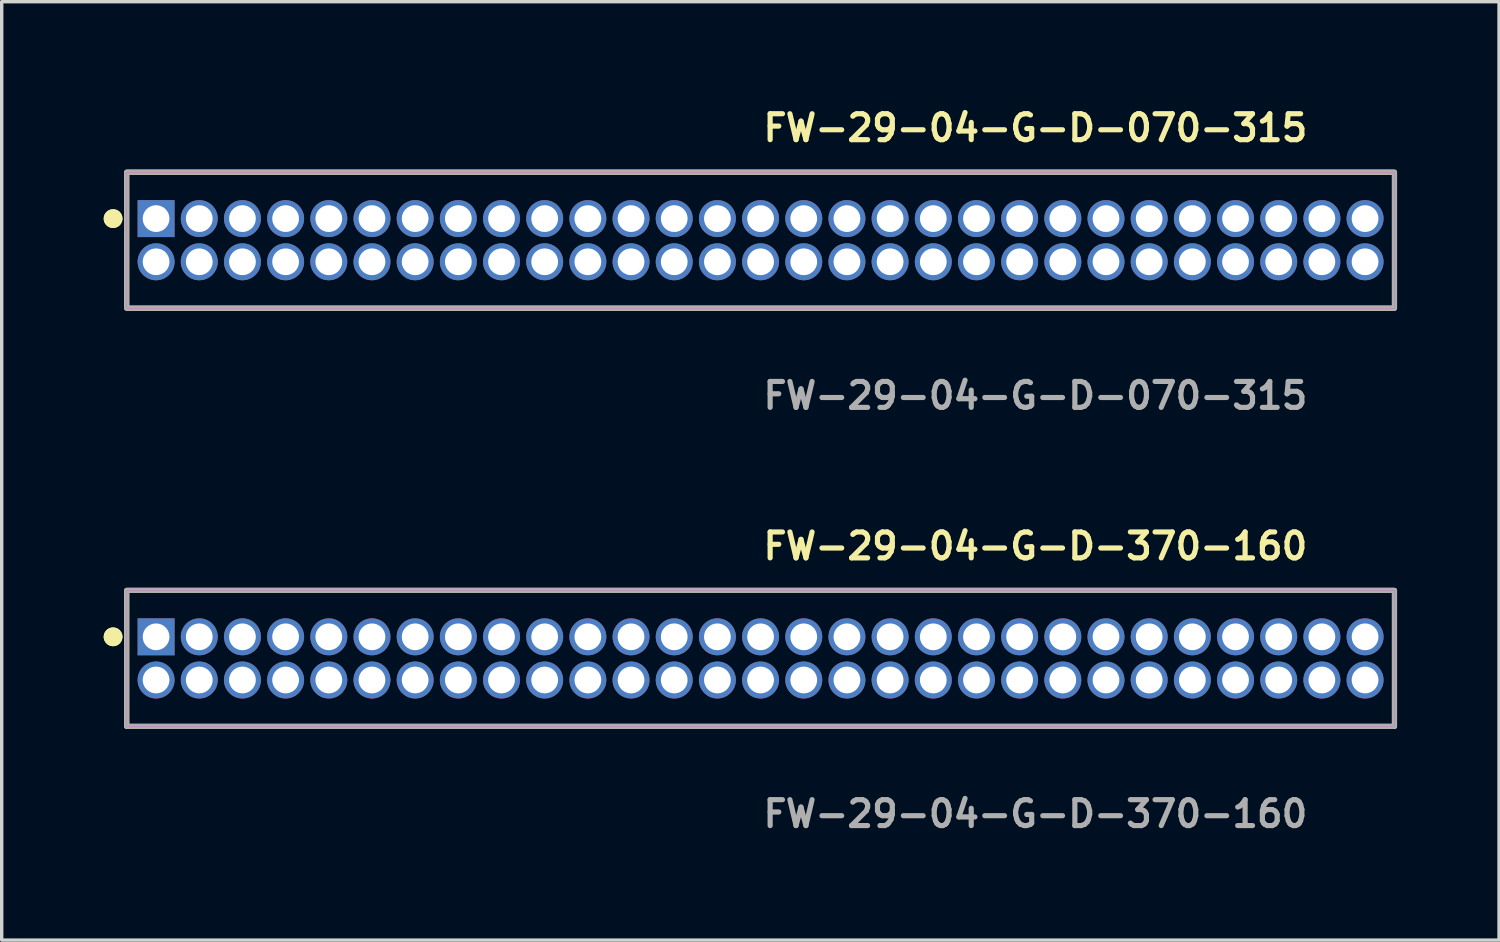
<source format=kicad_pcb>
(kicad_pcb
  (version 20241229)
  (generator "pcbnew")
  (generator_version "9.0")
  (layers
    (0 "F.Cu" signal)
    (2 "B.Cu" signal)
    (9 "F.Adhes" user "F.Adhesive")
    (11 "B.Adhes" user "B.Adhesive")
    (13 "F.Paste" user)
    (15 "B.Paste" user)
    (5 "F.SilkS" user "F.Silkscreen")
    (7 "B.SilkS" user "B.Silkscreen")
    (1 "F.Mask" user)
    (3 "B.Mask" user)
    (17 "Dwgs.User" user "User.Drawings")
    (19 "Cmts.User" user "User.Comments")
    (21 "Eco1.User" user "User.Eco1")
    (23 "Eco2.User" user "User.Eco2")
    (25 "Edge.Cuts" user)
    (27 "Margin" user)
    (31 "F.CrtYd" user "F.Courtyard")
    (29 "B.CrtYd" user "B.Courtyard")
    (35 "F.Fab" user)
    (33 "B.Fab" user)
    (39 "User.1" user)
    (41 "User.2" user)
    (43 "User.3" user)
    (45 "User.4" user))
  (footprint "FW-29-04-G-D-070-315"
    (layer "F.Cu")
    (at 19.321 4.015)
    (property "Reference" "FW-29-04-G-D-070-315" (at 0 -3.302 0) (unlocked yes) (layer "F.SilkS") (effects (font (size 0.762 0.762) (thickness 0.152)) (justify left)))
    (fp_rect (start -18.645 2) (end 18.645 -2) (stroke (width 0.152) (type solid)) (fill no) (layer "F.SilkS"))
    (fp_circle (center -19.045 -0.635) (end -19.245 -0.635) (stroke (width 0.152) (type solid)) (fill yes) (layer "F.SilkS"))
    (fp_circle (center -19.045 -0.635) (end -19.245 -0.635) (stroke (width 0.152) (type solid)) (fill yes) (layer "F.SilkS"))
    (fp_rect (start -18.645 2) (end 18.645 -2) (stroke (width 0.006) (type solid)) (fill no) (layer "F.CrtYd"))
    (fp_rect (start -18.645 2) (end 18.645 -2) (stroke (width 0.152) (type solid)) (fill no) (layer "F.Fab"))
    (fp_text user "${REFERENCE}" (at 0 4.572 0) (unlocked yes) (layer "F.Fab") (effects (font (size 0.762 0.762) (thickness 0.152)) (justify left)))
    (pad "1" thru_hole rect (at -17.78 -0.635) (size 1.087 1.087) (drill 0.787) (layers "*.Cu" "*.Mask"))
    (pad "2" thru_hole circle (at -17.78 0.635) (size 1.087 1.087) (drill 0.787) (layers "*.Cu" "*.Mask"))
    (pad "3" thru_hole circle (at -16.51 -0.635) (size 1.087 1.087) (drill 0.787) (layers "*.Cu" "*.Mask"))
    (pad "4" thru_hole circle (at -16.51 0.635) (size 1.087 1.087) (drill 0.787) (layers "*.Cu" "*.Mask"))
    (pad "5" thru_hole circle (at -15.24 -0.635) (size 1.087 1.087) (drill 0.787) (layers "*.Cu" "*.Mask"))
    (pad "6" thru_hole circle (at -15.24 0.635) (size 1.087 1.087) (drill 0.787) (layers "*.Cu" "*.Mask"))
    (pad "7" thru_hole circle (at -13.97 -0.635) (size 1.087 1.087) (drill 0.787) (layers "*.Cu" "*.Mask"))
    (pad "8" thru_hole circle (at -13.97 0.635) (size 1.087 1.087) (drill 0.787) (layers "*.Cu" "*.Mask"))
    (pad "9" thru_hole circle (at -12.7 -0.635) (size 1.087 1.087) (drill 0.787) (layers "*.Cu" "*.Mask"))
    (pad "10" thru_hole circle (at -12.7 0.635) (size 1.087 1.087) (drill 0.787) (layers "*.Cu" "*.Mask"))
    (pad "11" thru_hole circle (at -11.43 -0.635) (size 1.087 1.087) (drill 0.787) (layers "*.Cu" "*.Mask"))
    (pad "12" thru_hole circle (at -11.43 0.635) (size 1.087 1.087) (drill 0.787) (layers "*.Cu" "*.Mask"))
    (pad "13" thru_hole circle (at -10.16 -0.635) (size 1.087 1.087) (drill 0.787) (layers "*.Cu" "*.Mask"))
    (pad "14" thru_hole circle (at -10.16 0.635) (size 1.087 1.087) (drill 0.787) (layers "*.Cu" "*.Mask"))
    (pad "15" thru_hole circle (at -8.89 -0.635) (size 1.087 1.087) (drill 0.787) (layers "*.Cu" "*.Mask"))
    (pad "16" thru_hole circle (at -8.89 0.635) (size 1.087 1.087) (drill 0.787) (layers "*.Cu" "*.Mask"))
    (pad "17" thru_hole circle (at -7.62 -0.635) (size 1.087 1.087) (drill 0.787) (layers "*.Cu" "*.Mask"))
    (pad "18" thru_hole circle (at -7.62 0.635) (size 1.087 1.087) (drill 0.787) (layers "*.Cu" "*.Mask"))
    (pad "19" thru_hole circle (at -6.35 -0.635) (size 1.087 1.087) (drill 0.787) (layers "*.Cu" "*.Mask"))
    (pad "20" thru_hole circle (at -6.35 0.635) (size 1.087 1.087) (drill 0.787) (layers "*.Cu" "*.Mask"))
    (pad "21" thru_hole circle (at -5.08 -0.635) (size 1.087 1.087) (drill 0.787) (layers "*.Cu" "*.Mask"))
    (pad "22" thru_hole circle (at -5.08 0.635) (size 1.087 1.087) (drill 0.787) (layers "*.Cu" "*.Mask"))
    (pad "23" thru_hole circle (at -3.81 -0.635) (size 1.087 1.087) (drill 0.787) (layers "*.Cu" "*.Mask"))
    (pad "24" thru_hole circle (at -3.81 0.635) (size 1.087 1.087) (drill 0.787) (layers "*.Cu" "*.Mask"))
    (pad "25" thru_hole circle (at -2.54 -0.635) (size 1.087 1.087) (drill 0.787) (layers "*.Cu" "*.Mask"))
    (pad "26" thru_hole circle (at -2.54 0.635) (size 1.087 1.087) (drill 0.787) (layers "*.Cu" "*.Mask"))
    (pad "27" thru_hole circle (at -1.27 -0.635) (size 1.087 1.087) (drill 0.787) (layers "*.Cu" "*.Mask"))
    (pad "28" thru_hole circle (at -1.27 0.635) (size 1.087 1.087) (drill 0.787) (layers "*.Cu" "*.Mask"))
    (pad "29" thru_hole circle (at 0 -0.635) (size 1.087 1.087) (drill 0.787) (layers "*.Cu" "*.Mask"))
    (pad "30" thru_hole circle (at 0 0.635) (size 1.087 1.087) (drill 0.787) (layers "*.Cu" "*.Mask"))
    (pad "31" thru_hole circle (at 1.27 -0.635) (size 1.087 1.087) (drill 0.787) (layers "*.Cu" "*.Mask"))
    (pad "32" thru_hole circle (at 1.27 0.635) (size 1.087 1.087) (drill 0.787) (layers "*.Cu" "*.Mask"))
    (pad "33" thru_hole circle (at 2.54 -0.635) (size 1.087 1.087) (drill 0.787) (layers "*.Cu" "*.Mask"))
    (pad "34" thru_hole circle (at 2.54 0.635) (size 1.087 1.087) (drill 0.787) (layers "*.Cu" "*.Mask"))
    (pad "35" thru_hole circle (at 3.81 -0.635) (size 1.087 1.087) (drill 0.787) (layers "*.Cu" "*.Mask"))
    (pad "36" thru_hole circle (at 3.81 0.635) (size 1.087 1.087) (drill 0.787) (layers "*.Cu" "*.Mask"))
    (pad "37" thru_hole circle (at 5.08 -0.635) (size 1.087 1.087) (drill 0.787) (layers "*.Cu" "*.Mask"))
    (pad "38" thru_hole circle (at 5.08 0.635) (size 1.087 1.087) (drill 0.787) (layers "*.Cu" "*.Mask"))
    (pad "39" thru_hole circle (at 6.35 -0.635) (size 1.087 1.087) (drill 0.787) (layers "*.Cu" "*.Mask"))
    (pad "40" thru_hole circle (at 6.35 0.635) (size 1.087 1.087) (drill 0.787) (layers "*.Cu" "*.Mask"))
    (pad "41" thru_hole circle (at 7.62 -0.635) (size 1.087 1.087) (drill 0.787) (layers "*.Cu" "*.Mask"))
    (pad "42" thru_hole circle (at 7.62 0.635) (size 1.087 1.087) (drill 0.787) (layers "*.Cu" "*.Mask"))
    (pad "43" thru_hole circle (at 8.89 -0.635) (size 1.087 1.087) (drill 0.787) (layers "*.Cu" "*.Mask"))
    (pad "44" thru_hole circle (at 8.89 0.635) (size 1.087 1.087) (drill 0.787) (layers "*.Cu" "*.Mask"))
    (pad "45" thru_hole circle (at 10.16 -0.635) (size 1.087 1.087) (drill 0.787) (layers "*.Cu" "*.Mask"))
    (pad "46" thru_hole circle (at 10.16 0.635) (size 1.087 1.087) (drill 0.787) (layers "*.Cu" "*.Mask"))
    (pad "47" thru_hole circle (at 11.43 -0.635) (size 1.087 1.087) (drill 0.787) (layers "*.Cu" "*.Mask"))
    (pad "48" thru_hole circle (at 11.43 0.635) (size 1.087 1.087) (drill 0.787) (layers "*.Cu" "*.Mask"))
    (pad "49" thru_hole circle (at 12.7 -0.635) (size 1.087 1.087) (drill 0.787) (layers "*.Cu" "*.Mask"))
    (pad "50" thru_hole circle (at 12.7 0.635) (size 1.087 1.087) (drill 0.787) (layers "*.Cu" "*.Mask"))
    (pad "51" thru_hole circle (at 13.97 -0.635) (size 1.087 1.087) (drill 0.787) (layers "*.Cu" "*.Mask"))
    (pad "52" thru_hole circle (at 13.97 0.635) (size 1.087 1.087) (drill 0.787) (layers "*.Cu" "*.Mask"))
    (pad "53" thru_hole circle (at 15.24 -0.635) (size 1.087 1.087) (drill 0.787) (layers "*.Cu" "*.Mask"))
    (pad "54" thru_hole circle (at 15.24 0.635) (size 1.087 1.087) (drill 0.787) (layers "*.Cu" "*.Mask"))
    (pad "55" thru_hole circle (at 16.51 -0.635) (size 1.087 1.087) (drill 0.787) (layers "*.Cu" "*.Mask"))
    (pad "56" thru_hole circle (at 16.51 0.635) (size 1.087 1.087) (drill 0.787) (layers "*.Cu" "*.Mask"))
    (pad "57" thru_hole circle (at 17.78 -0.635) (size 1.087 1.087) (drill 0.787) (layers "*.Cu" "*.Mask"))
    (pad "58" thru_hole circle (at 17.78 0.635) (size 1.087 1.087) (drill 0.787) (layers "*.Cu" "*.Mask")))
  (footprint "FW-29-04-G-D-370-160"
    (layer "F.Cu")
    (at 19.321 16.316)
    (property "Reference" "FW-29-04-G-D-370-160" (at 0 -3.302 0) (unlocked yes) (layer "F.SilkS") (effects (font (size 0.762 0.762) (thickness 0.152)) (justify left)))
    (fp_rect (start -18.645 2) (end 18.645 -2) (stroke (width 0.152) (type solid)) (fill no) (layer "F.SilkS"))
    (fp_circle (center -19.045 -0.635) (end -19.245 -0.635) (stroke (width 0.152) (type solid)) (fill yes) (layer "F.SilkS"))
    (fp_circle (center -19.045 -0.635) (end -19.245 -0.635) (stroke (width 0.152) (type solid)) (fill yes) (layer "F.SilkS"))
    (fp_rect (start -18.645 2) (end 18.645 -2) (stroke (width 0.006) (type solid)) (fill no) (layer "F.CrtYd"))
    (fp_rect (start -18.645 2) (end 18.645 -2) (stroke (width 0.152) (type solid)) (fill no) (layer "F.Fab"))
    (fp_text user "${REFERENCE}" (at 0 4.572 0) (unlocked yes) (layer "F.Fab") (effects (font (size 0.762 0.762) (thickness 0.152)) (justify left)))
    (pad "1" thru_hole rect (at -17.78 -0.635) (size 1.087 1.087) (drill 0.787) (layers "*.Cu" "*.Mask"))
    (pad "2" thru_hole circle (at -17.78 0.635) (size 1.087 1.087) (drill 0.787) (layers "*.Cu" "*.Mask"))
    (pad "3" thru_hole circle (at -16.51 -0.635) (size 1.087 1.087) (drill 0.787) (layers "*.Cu" "*.Mask"))
    (pad "4" thru_hole circle (at -16.51 0.635) (size 1.087 1.087) (drill 0.787) (layers "*.Cu" "*.Mask"))
    (pad "5" thru_hole circle (at -15.24 -0.635) (size 1.087 1.087) (drill 0.787) (layers "*.Cu" "*.Mask"))
    (pad "6" thru_hole circle (at -15.24 0.635) (size 1.087 1.087) (drill 0.787) (layers "*.Cu" "*.Mask"))
    (pad "7" thru_hole circle (at -13.97 -0.635) (size 1.087 1.087) (drill 0.787) (layers "*.Cu" "*.Mask"))
    (pad "8" thru_hole circle (at -13.97 0.635) (size 1.087 1.087) (drill 0.787) (layers "*.Cu" "*.Mask"))
    (pad "9" thru_hole circle (at -12.7 -0.635) (size 1.087 1.087) (drill 0.787) (layers "*.Cu" "*.Mask"))
    (pad "10" thru_hole circle (at -12.7 0.635) (size 1.087 1.087) (drill 0.787) (layers "*.Cu" "*.Mask"))
    (pad "11" thru_hole circle (at -11.43 -0.635) (size 1.087 1.087) (drill 0.787) (layers "*.Cu" "*.Mask"))
    (pad "12" thru_hole circle (at -11.43 0.635) (size 1.087 1.087) (drill 0.787) (layers "*.Cu" "*.Mask"))
    (pad "13" thru_hole circle (at -10.16 -0.635) (size 1.087 1.087) (drill 0.787) (layers "*.Cu" "*.Mask"))
    (pad "14" thru_hole circle (at -10.16 0.635) (size 1.087 1.087) (drill 0.787) (layers "*.Cu" "*.Mask"))
    (pad "15" thru_hole circle (at -8.89 -0.635) (size 1.087 1.087) (drill 0.787) (layers "*.Cu" "*.Mask"))
    (pad "16" thru_hole circle (at -8.89 0.635) (size 1.087 1.087) (drill 0.787) (layers "*.Cu" "*.Mask"))
    (pad "17" thru_hole circle (at -7.62 -0.635) (size 1.087 1.087) (drill 0.787) (layers "*.Cu" "*.Mask"))
    (pad "18" thru_hole circle (at -7.62 0.635) (size 1.087 1.087) (drill 0.787) (layers "*.Cu" "*.Mask"))
    (pad "19" thru_hole circle (at -6.35 -0.635) (size 1.087 1.087) (drill 0.787) (layers "*.Cu" "*.Mask"))
    (pad "20" thru_hole circle (at -6.35 0.635) (size 1.087 1.087) (drill 0.787) (layers "*.Cu" "*.Mask"))
    (pad "21" thru_hole circle (at -5.08 -0.635) (size 1.087 1.087) (drill 0.787) (layers "*.Cu" "*.Mask"))
    (pad "22" thru_hole circle (at -5.08 0.635) (size 1.087 1.087) (drill 0.787) (layers "*.Cu" "*.Mask"))
    (pad "23" thru_hole circle (at -3.81 -0.635) (size 1.087 1.087) (drill 0.787) (layers "*.Cu" "*.Mask"))
    (pad "24" thru_hole circle (at -3.81 0.635) (size 1.087 1.087) (drill 0.787) (layers "*.Cu" "*.Mask"))
    (pad "25" thru_hole circle (at -2.54 -0.635) (size 1.087 1.087) (drill 0.787) (layers "*.Cu" "*.Mask"))
    (pad "26" thru_hole circle (at -2.54 0.635) (size 1.087 1.087) (drill 0.787) (layers "*.Cu" "*.Mask"))
    (pad "27" thru_hole circle (at -1.27 -0.635) (size 1.087 1.087) (drill 0.787) (layers "*.Cu" "*.Mask"))
    (pad "28" thru_hole circle (at -1.27 0.635) (size 1.087 1.087) (drill 0.787) (layers "*.Cu" "*.Mask"))
    (pad "29" thru_hole circle (at 0 -0.635) (size 1.087 1.087) (drill 0.787) (layers "*.Cu" "*.Mask"))
    (pad "30" thru_hole circle (at 0 0.635) (size 1.087 1.087) (drill 0.787) (layers "*.Cu" "*.Mask"))
    (pad "31" thru_hole circle (at 1.27 -0.635) (size 1.087 1.087) (drill 0.787) (layers "*.Cu" "*.Mask"))
    (pad "32" thru_hole circle (at 1.27 0.635) (size 1.087 1.087) (drill 0.787) (layers "*.Cu" "*.Mask"))
    (pad "33" thru_hole circle (at 2.54 -0.635) (size 1.087 1.087) (drill 0.787) (layers "*.Cu" "*.Mask"))
    (pad "34" thru_hole circle (at 2.54 0.635) (size 1.087 1.087) (drill 0.787) (layers "*.Cu" "*.Mask"))
    (pad "35" thru_hole circle (at 3.81 -0.635) (size 1.087 1.087) (drill 0.787) (layers "*.Cu" "*.Mask"))
    (pad "36" thru_hole circle (at 3.81 0.635) (size 1.087 1.087) (drill 0.787) (layers "*.Cu" "*.Mask"))
    (pad "37" thru_hole circle (at 5.08 -0.635) (size 1.087 1.087) (drill 0.787) (layers "*.Cu" "*.Mask"))
    (pad "38" thru_hole circle (at 5.08 0.635) (size 1.087 1.087) (drill 0.787) (layers "*.Cu" "*.Mask"))
    (pad "39" thru_hole circle (at 6.35 -0.635) (size 1.087 1.087) (drill 0.787) (layers "*.Cu" "*.Mask"))
    (pad "40" thru_hole circle (at 6.35 0.635) (size 1.087 1.087) (drill 0.787) (layers "*.Cu" "*.Mask"))
    (pad "41" thru_hole circle (at 7.62 -0.635) (size 1.087 1.087) (drill 0.787) (layers "*.Cu" "*.Mask"))
    (pad "42" thru_hole circle (at 7.62 0.635) (size 1.087 1.087) (drill 0.787) (layers "*.Cu" "*.Mask"))
    (pad "43" thru_hole circle (at 8.89 -0.635) (size 1.087 1.087) (drill 0.787) (layers "*.Cu" "*.Mask"))
    (pad "44" thru_hole circle (at 8.89 0.635) (size 1.087 1.087) (drill 0.787) (layers "*.Cu" "*.Mask"))
    (pad "45" thru_hole circle (at 10.16 -0.635) (size 1.087 1.087) (drill 0.787) (layers "*.Cu" "*.Mask"))
    (pad "46" thru_hole circle (at 10.16 0.635) (size 1.087 1.087) (drill 0.787) (layers "*.Cu" "*.Mask"))
    (pad "47" thru_hole circle (at 11.43 -0.635) (size 1.087 1.087) (drill 0.787) (layers "*.Cu" "*.Mask"))
    (pad "48" thru_hole circle (at 11.43 0.635) (size 1.087 1.087) (drill 0.787) (layers "*.Cu" "*.Mask"))
    (pad "49" thru_hole circle (at 12.7 -0.635) (size 1.087 1.087) (drill 0.787) (layers "*.Cu" "*.Mask"))
    (pad "50" thru_hole circle (at 12.7 0.635) (size 1.087 1.087) (drill 0.787) (layers "*.Cu" "*.Mask"))
    (pad "51" thru_hole circle (at 13.97 -0.635) (size 1.087 1.087) (drill 0.787) (layers "*.Cu" "*.Mask"))
    (pad "52" thru_hole circle (at 13.97 0.635) (size 1.087 1.087) (drill 0.787) (layers "*.Cu" "*.Mask"))
    (pad "53" thru_hole circle (at 15.24 -0.635) (size 1.087 1.087) (drill 0.787) (layers "*.Cu" "*.Mask"))
    (pad "54" thru_hole circle (at 15.24 0.635) (size 1.087 1.087) (drill 0.787) (layers "*.Cu" "*.Mask"))
    (pad "55" thru_hole circle (at 16.51 -0.635) (size 1.087 1.087) (drill 0.787) (layers "*.Cu" "*.Mask"))
    (pad "56" thru_hole circle (at 16.51 0.635) (size 1.087 1.087) (drill 0.787) (layers "*.Cu" "*.Mask"))
    (pad "57" thru_hole circle (at 17.78 -0.635) (size 1.087 1.087) (drill 0.787) (layers "*.Cu" "*.Mask"))
    (pad "58" thru_hole circle (at 17.78 0.635) (size 1.087 1.087) (drill 0.787) (layers "*.Cu" "*.Mask")))
  (gr_rect
    (start -3 -3)
    (end 41.042 24.601)
    (stroke (width 0.1) (type default))
    (fill no)
    (layer "Edge.Cuts")))
</source>
